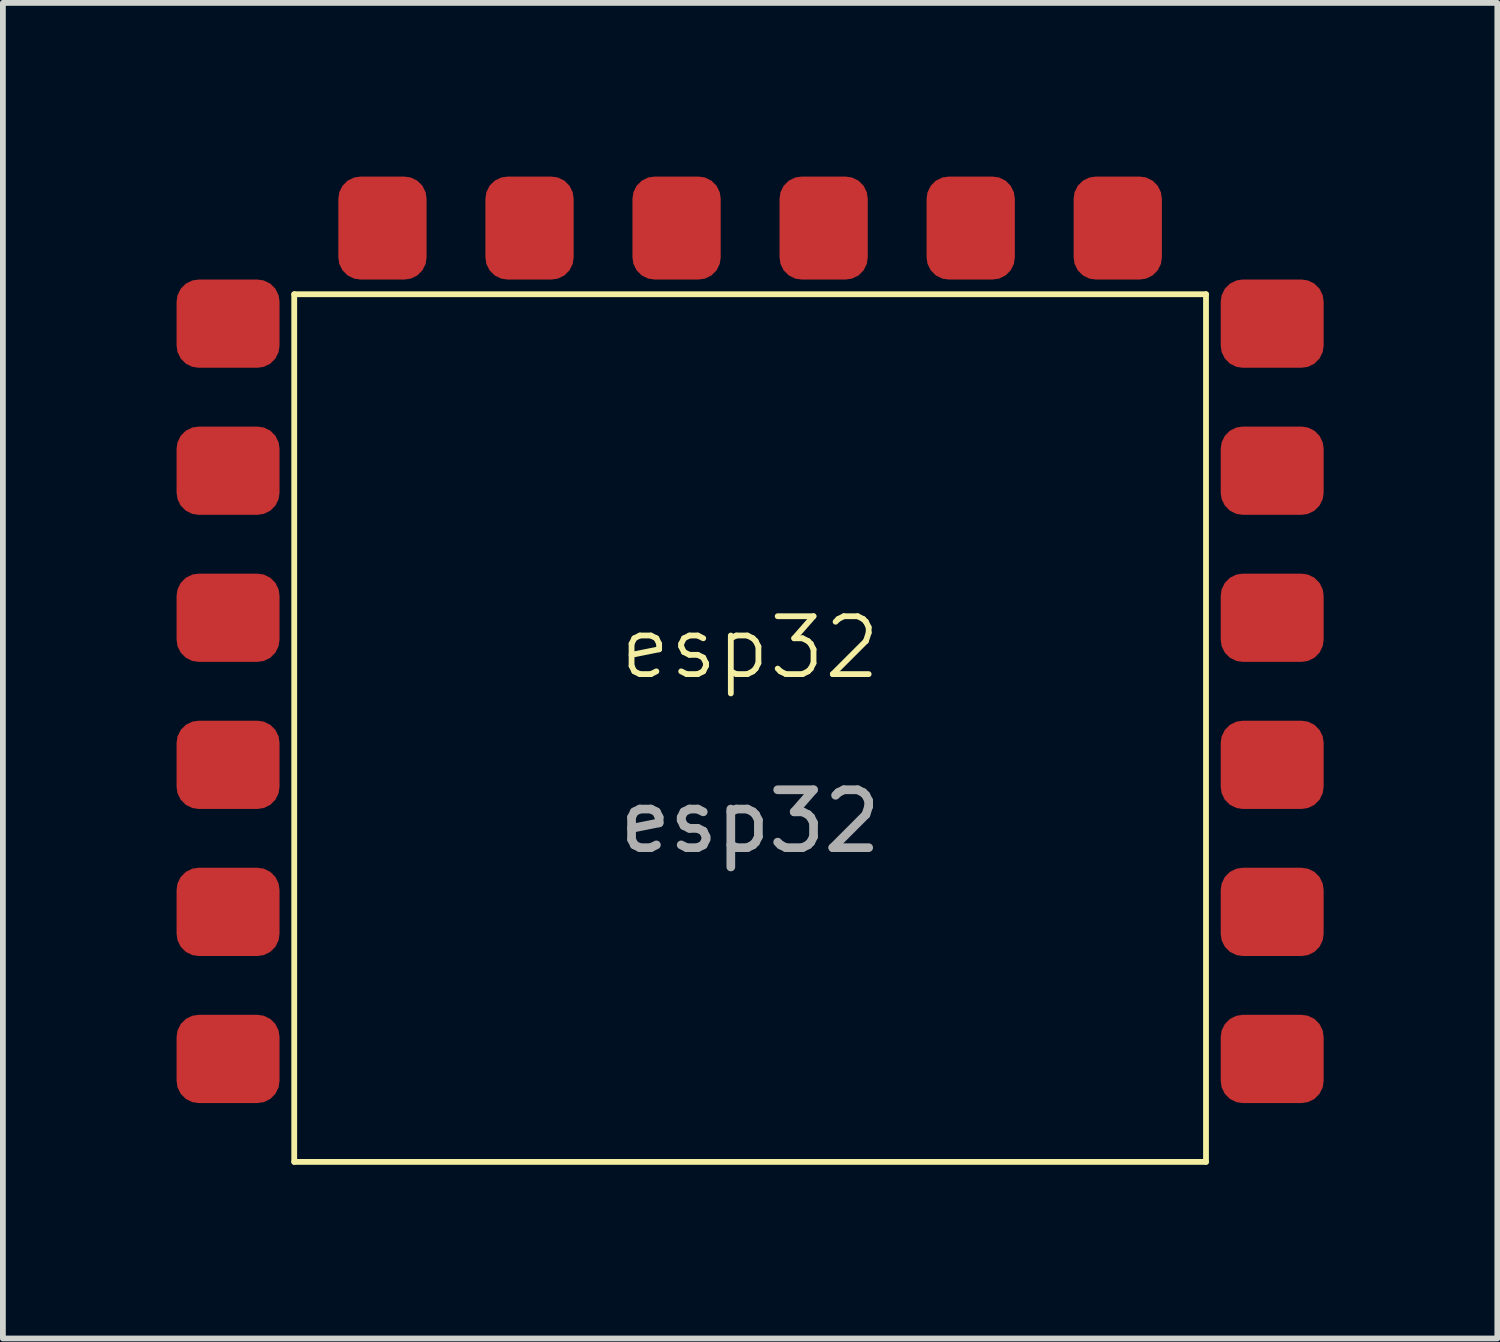
<source format=kicad_pcb>
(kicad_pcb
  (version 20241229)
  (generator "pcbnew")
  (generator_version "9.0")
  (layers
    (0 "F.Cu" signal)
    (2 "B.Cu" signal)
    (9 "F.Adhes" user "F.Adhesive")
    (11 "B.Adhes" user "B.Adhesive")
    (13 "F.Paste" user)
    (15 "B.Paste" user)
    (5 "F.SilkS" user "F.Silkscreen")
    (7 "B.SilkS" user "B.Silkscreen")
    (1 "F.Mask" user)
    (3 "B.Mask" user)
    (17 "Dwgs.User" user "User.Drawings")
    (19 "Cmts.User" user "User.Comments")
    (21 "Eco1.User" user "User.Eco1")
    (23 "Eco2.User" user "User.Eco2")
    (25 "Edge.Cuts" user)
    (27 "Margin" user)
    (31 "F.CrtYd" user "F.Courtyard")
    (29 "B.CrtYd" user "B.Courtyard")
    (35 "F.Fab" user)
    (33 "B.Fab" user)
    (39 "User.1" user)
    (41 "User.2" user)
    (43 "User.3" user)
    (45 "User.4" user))
  (footprint "esp32"
    (layer "F.Cu")
    (at 9.906 8.636)
    (property "Reference" "esp32" (at 0 -0.5 0) (unlocked yes) (layer "F.SilkS") (effects (font (size 1 1) (thickness 0.1))))
    (attr smd)
    (fp_line (start -7.874 -6.604) (end -7.874 8.382) (stroke (width 0.1) (type default)) (layer "F.SilkS"))
    (fp_line (start -7.874 8.382) (end 7.874 8.382) (stroke (width 0.1) (type default)) (layer "F.SilkS"))
    (fp_line (start 7.874 -6.604) (end -7.874 -6.604) (stroke (width 0.1) (type default)) (layer "F.SilkS"))
    (fp_line (start 7.874 8.382) (end 7.874 -6.604) (stroke (width 0.1) (type default)) (layer "F.SilkS"))
    (fp_text user "${REFERENCE}" (at 0 2.5 0) (unlocked yes) (layer "F.Fab") (effects (font (size 1 1) (thickness 0.15))))
    (pad "1" smd roundrect (at -9.017 6.604 180) (size 1.778 1.524) (layers "F.Cu" "F.Mask" "F.Paste") (roundrect_rratio 0.25))
    (pad "2" smd roundrect (at -9.017 4.064 180) (size 1.778 1.524) (layers "F.Cu" "F.Mask" "F.Paste") (roundrect_rratio 0.25))
    (pad "3" smd roundrect (at -9.017 1.524 180) (size 1.778 1.524) (layers "F.Cu" "F.Mask" "F.Paste") (roundrect_rratio 0.25))
    (pad "4" smd roundrect (at -9.017 -1.016 180) (size 1.778 1.524) (layers "F.Cu" "F.Mask" "F.Paste") (roundrect_rratio 0.25))
    (pad "5" smd roundrect (at -9.017 -3.556 180) (size 1.778 1.524) (layers "F.Cu" "F.Mask" "F.Paste") (roundrect_rratio 0.25))
    (pad "6" smd roundrect (at -9.017 -6.096 180) (size 1.778 1.524) (layers "F.Cu" "F.Mask" "F.Paste") (roundrect_rratio 0.25))
    (pad "7" smd roundrect (at -6.35 -7.747 90) (size 1.778 1.524) (layers "F.Cu" "F.Mask" "F.Paste") (roundrect_rratio 0.25))
    (pad "8" smd roundrect (at -3.81 -7.747 90) (size 1.778 1.524) (layers "F.Cu" "F.Mask" "F.Paste") (roundrect_rratio 0.25))
    (pad "9" smd roundrect (at -1.27 -7.747 90) (size 1.778 1.524) (layers "F.Cu" "F.Mask" "F.Paste") (roundrect_rratio 0.25))
    (pad "10" smd roundrect (at 1.27 -7.747 90) (size 1.778 1.524) (layers "F.Cu" "F.Mask" "F.Paste") (roundrect_rratio 0.25))
    (pad "11" smd roundrect (at 3.81 -7.747 90) (size 1.778 1.524) (layers "F.Cu" "F.Mask" "F.Paste") (roundrect_rratio 0.25))
    (pad "12" smd roundrect (at 6.35 -7.747 90) (size 1.778 1.524) (layers "F.Cu" "F.Mask" "F.Paste") (roundrect_rratio 0.25))
    (pad "13" smd roundrect (at 9.017 -6.096 180) (size 1.778 1.524) (layers "F.Cu" "F.Mask" "F.Paste") (roundrect_rratio 0.25))
    (pad "14" smd roundrect (at 9.017 -3.556 180) (size 1.778 1.524) (layers "F.Cu" "F.Mask" "F.Paste") (roundrect_rratio 0.25))
    (pad "15" smd roundrect (at 9.017 -1.016 180) (size 1.778 1.524) (layers "F.Cu" "F.Mask" "F.Paste") (roundrect_rratio 0.25))
    (pad "16" smd roundrect (at 9.017 1.524 180) (size 1.778 1.524) (layers "F.Cu" "F.Mask" "F.Paste") (roundrect_rratio 0.25))
    (pad "17" smd roundrect (at 9.017 4.064 180) (size 1.778 1.524) (layers "F.Cu" "F.Mask" "F.Paste") (roundrect_rratio 0.25))
    (pad "18" smd roundrect (at 9.017 6.604 180) (size 1.778 1.524) (layers "F.Cu" "F.Mask" "F.Paste") (roundrect_rratio 0.25)))
  (gr_rect
    (start -3 -3)
    (end 22.812 20.068)
    (stroke (width 0.1) (type default))
    (fill no)
    (layer "Edge.Cuts")))
</source>
